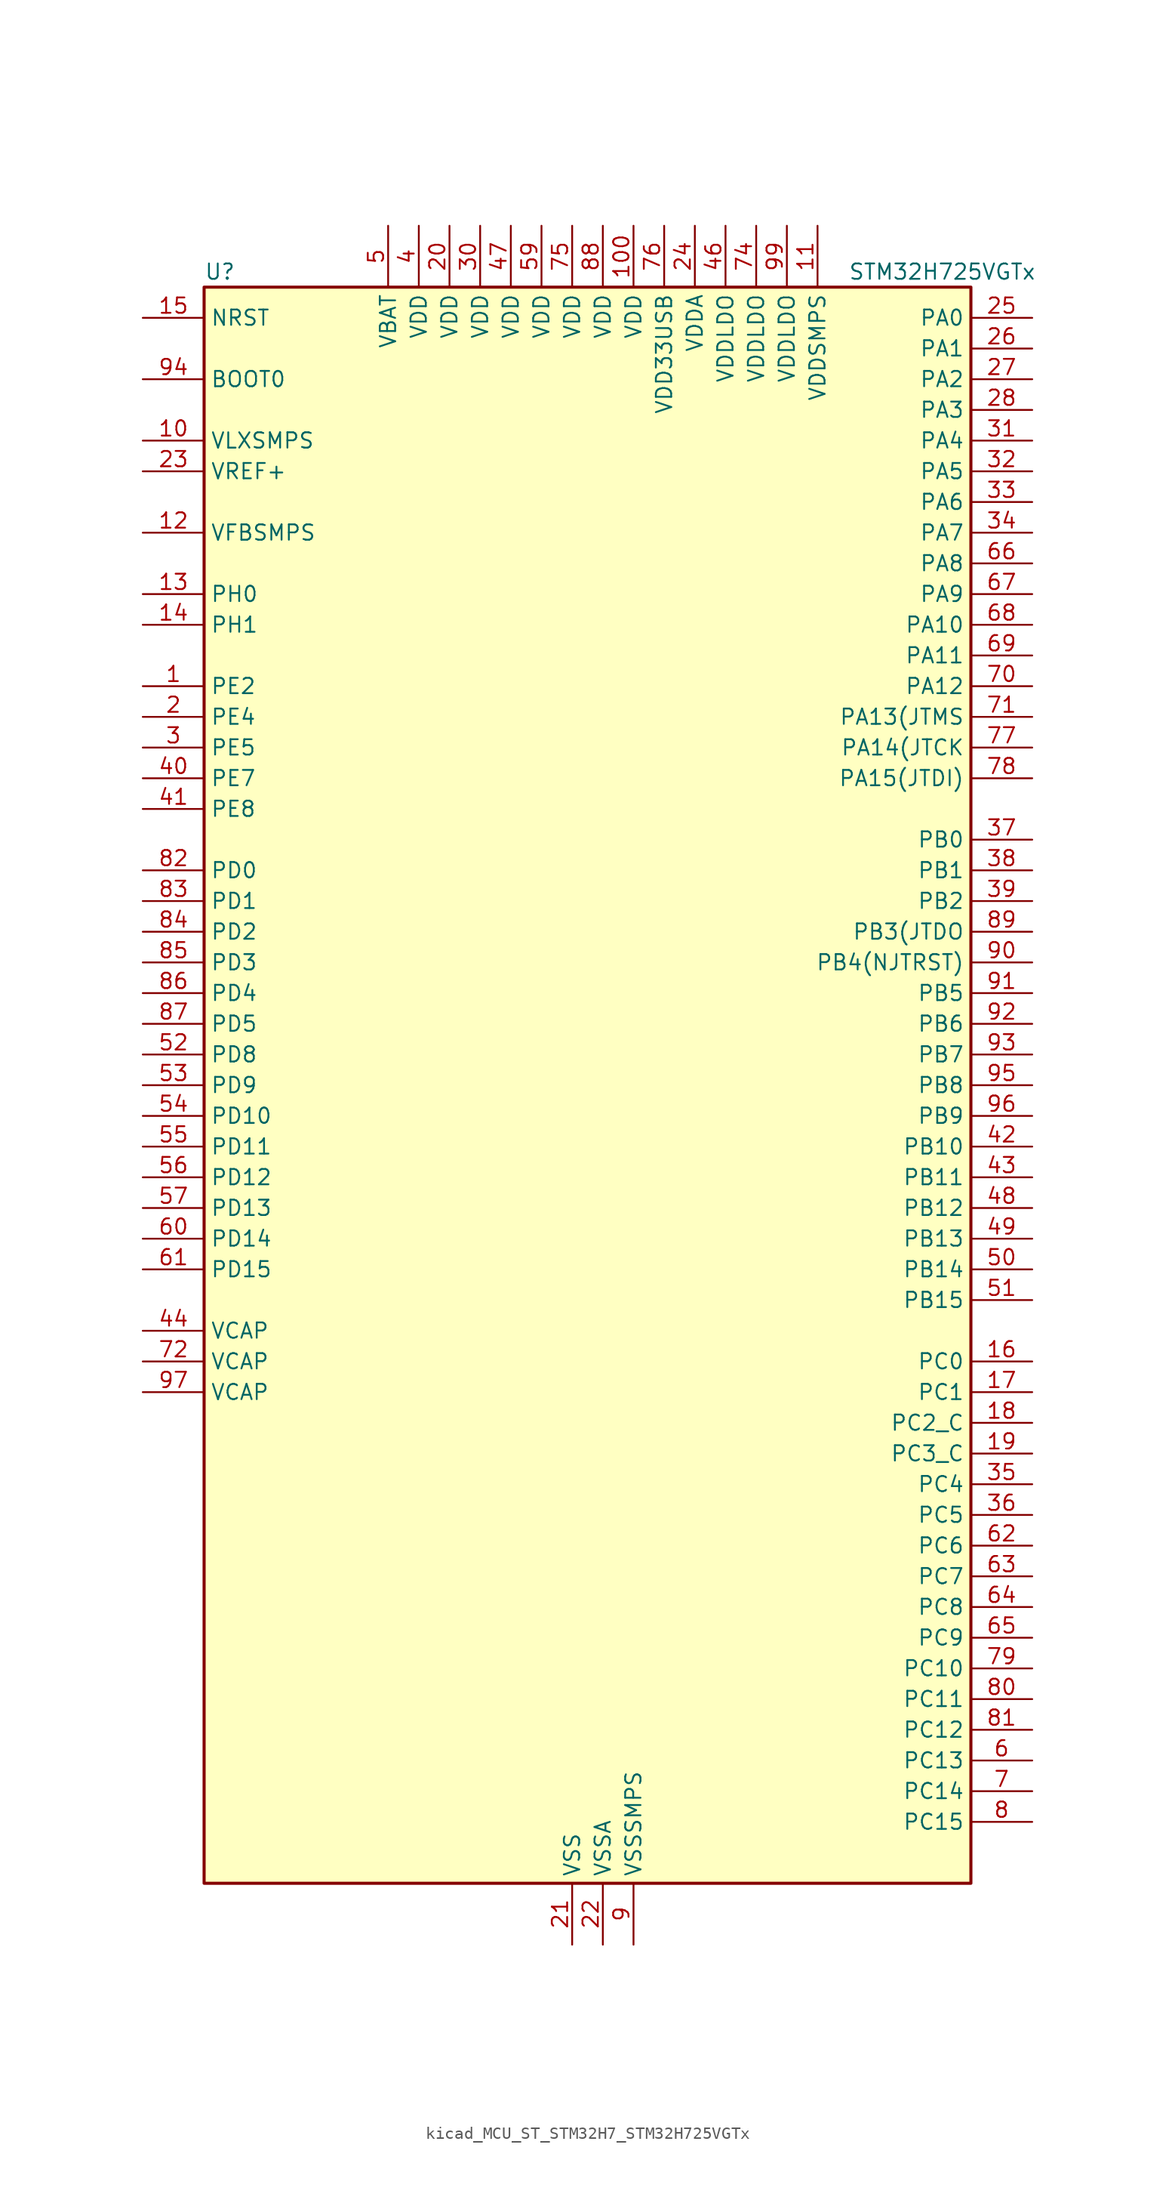
<source format=kicad_sym>
(kicad_symbol_lib
  (version 20220914)
  (generator kicad_symbol_editor)
  (symbol "kicad_MCU_ST_STM32H7_STM32H725VGTx"
    (property "Reference" "U"
      (at -30.48 67.31 0)
      (effects (font (size 1.27 1.27)) (justify left)))
    (property "Value" "STM32H725VGTx"
      (at 22.86 67.31 0)
      (effects (font (size 1.27 1.27)) (justify left)))
    (property "ki_locked" ""
      (at 0 0 0)
      (effects (font (size 1.27 1.27))))
    (symbol "kicad_MCU_ST_STM32H7_STM32H725VGTx_0_1"
      (rectangle (start -30.48 -66.04) (end 33.02 66.04) (stroke (width 0.254) (type default)) (fill (type background))))
    (symbol "kicad_MCU_ST_STM32H7_STM32H725VGTx_1_1"
      (pin bidirectional line (at -35.56 33.02 0) (length 5.08) (name "PE2" (effects (font (size 1.27 1.27)))) (number "1" (effects (font (size 1.27 1.27)))) (alternate "DEBUG_TRACECLK" bidirectional line) (alternate "ETH_TXD3" bidirectional line) (alternate "FMC_A23" bidirectional line) (alternate "OCTOSPIM_P1_IO2" bidirectional line) (alternate "SAI1_CK1" bidirectional line) (alternate "SAI1_MCLK_A" bidirectional line) (alternate "SAI4_CK1" bidirectional line) (alternate "SAI4_MCLK_A" bidirectional line) (alternate "SPI4_SCK" bidirectional line))
      (pin power_in line (at -35.56 53.34 0) (length 5.08) (name "VLXSMPS" (effects (font (size 1.27 1.27)))) (number "10" (effects (font (size 1.27 1.27)))))
      (pin power_in line (at 5.08 71.12 270) (length 5.08) (name "VDD" (effects (font (size 1.27 1.27)))) (number "100" (effects (font (size 1.27 1.27)))))
      (pin power_in line (at 20.32 71.12 270) (length 5.08) (name "VDDSMPS" (effects (font (size 1.27 1.27)))) (number "11" (effects (font (size 1.27 1.27)))))
      (pin input line (at -35.56 45.72 0) (length 5.08) (name "VFBSMPS" (effects (font (size 1.27 1.27)))) (number "12" (effects (font (size 1.27 1.27)))))
      (pin bidirectional line (at -35.56 40.64 0) (length 5.08) (name "PH0" (effects (font (size 1.27 1.27)))) (number "13" (effects (font (size 1.27 1.27)))) (alternate "RCC_OSC_IN" bidirectional line))
      (pin bidirectional line (at -35.56 38.1 0) (length 5.08) (name "PH1" (effects (font (size 1.27 1.27)))) (number "14" (effects (font (size 1.27 1.27)))) (alternate "RCC_OSC_OUT" bidirectional line))
      (pin input line (at -35.56 63.5 0) (length 5.08) (name "NRST" (effects (font (size 1.27 1.27)))) (number "15" (effects (font (size 1.27 1.27)))))
      (pin bidirectional line (at 38.1 -22.86 180) (length 5.08) (name "PC0" (effects (font (size 1.27 1.27)))) (number "16" (effects (font (size 1.27 1.27)))) (alternate "ADC1_INP10" bidirectional line) (alternate "ADC2_INP10" bidirectional line) (alternate "ADC3_INP10" bidirectional line) (alternate "DFSDM1_CKIN0" bidirectional line) (alternate "DFSDM1_DATIN4" bidirectional line) (alternate "FMC_A25" bidirectional line) (alternate "FMC_D12" bidirectional line) (alternate "FMC_DA12" bidirectional line) (alternate "FMC_SDNWE" bidirectional line) (alternate "LTDC_G2" bidirectional line) (alternate "LTDC_R5" bidirectional line) (alternate "SAI4_FS_B" bidirectional line) (alternate "USB_OTG_HS_ULPI_STP" bidirectional line))
      (pin bidirectional line (at 38.1 -25.4 180) (length 5.08) (name "PC1" (effects (font (size 1.27 1.27)))) (number "17" (effects (font (size 1.27 1.27)))) (alternate "ADC1_INN10" bidirectional line) (alternate "ADC1_INP11" bidirectional line) (alternate "ADC2_INN10" bidirectional line) (alternate "ADC2_INP11" bidirectional line) (alternate "ADC3_INN10" bidirectional line) (alternate "ADC3_INP11" bidirectional line) (alternate "DEBUG_TRACED0" bidirectional line) (alternate "DFSDM1_CKIN4" bidirectional line) (alternate "DFSDM1_DATIN0" bidirectional line) (alternate "ETH_MDC" bidirectional line) (alternate "I2S2_SDO" bidirectional line) (alternate "LTDC_G5" bidirectional line) (alternate "MDIOS_MDC" bidirectional line) (alternate "OCTOSPIM_P1_IO4" bidirectional line) (alternate "PWR_WKUP6" bidirectional line) (alternate "RTC_TAMP3" bidirectional line) (alternate "SAI1_D1" bidirectional line) (alternate "SAI1_SD_A" bidirectional line) (alternate "SAI4_D1" bidirectional line) (alternate "SAI4_SD_A" bidirectional line) (alternate "SDMMC2_CK" bidirectional line) (alternate "SPI2_MOSI" bidirectional line))
      (pin bidirectional line (at 38.1 -27.94 180) (length 5.08) (name "PC2_C" (effects (font (size 1.27 1.27)))) (number "18" (effects (font (size 1.27 1.27)))) (alternate "ADC3_INN1" bidirectional line) (alternate "ADC3_INP0" bidirectional line) (alternate "DFSDM1_CKIN1" bidirectional line) (alternate "DFSDM1_CKOUT" bidirectional line) (alternate "ETH_TXD2" bidirectional line) (alternate "FMC_SDNE0" bidirectional line) (alternate "I2S2_SDI" bidirectional line) (alternate "OCTOSPIM_P1_IO2" bidirectional line) (alternate "OCTOSPIM_P1_IO5" bidirectional line) (alternate "PWR_CSTOP" bidirectional line) (alternate "SPI2_MISO" bidirectional line) (alternate "USB_OTG_HS_ULPI_DIR" bidirectional line))
      (pin bidirectional line (at 38.1 -30.48 180) (length 5.08) (name "PC3_C" (effects (font (size 1.27 1.27)))) (number "19" (effects (font (size 1.27 1.27)))) (alternate "ADC3_INP1" bidirectional line) (alternate "DFSDM1_DATIN1" bidirectional line) (alternate "ETH_TX_CLK" bidirectional line) (alternate "FMC_SDCKE0" bidirectional line) (alternate "I2S2_SDO" bidirectional line) (alternate "OCTOSPIM_P1_IO0" bidirectional line) (alternate "OCTOSPIM_P1_IO6" bidirectional line) (alternate "PWR_CSLEEP" bidirectional line) (alternate "SPI2_MOSI" bidirectional line) (alternate "USB_OTG_HS_ULPI_NXT" bidirectional line))
      (pin bidirectional line (at -35.56 30.48 0) (length 5.08) (name "PE4" (effects (font (size 1.27 1.27)))) (number "2" (effects (font (size 1.27 1.27)))) (alternate "DCMI_D4" bidirectional line) (alternate "DEBUG_TRACED1" bidirectional line) (alternate "DFSDM1_DATIN3" bidirectional line) (alternate "FMC_A20" bidirectional line) (alternate "LTDC_B0" bidirectional line) (alternate "PSSI_D4" bidirectional line) (alternate "SAI1_D2" bidirectional line) (alternate "SAI1_FS_A" bidirectional line) (alternate "SAI4_D2" bidirectional line) (alternate "SAI4_FS_A" bidirectional line) (alternate "SPI4_NSS" bidirectional line) (alternate "TIM15_CH1N" bidirectional line))
      (pin power_in line (at -10.16 71.12 270) (length 5.08) (name "VDD" (effects (font (size 1.27 1.27)))) (number "20" (effects (font (size 1.27 1.27)))))
      (pin power_in line (at 0 -71.12 90) (length 5.08) (name "VSS" (effects (font (size 1.27 1.27)))) (number "21" (effects (font (size 1.27 1.27)))))
      (pin power_in line (at 2.54 -71.12 90) (length 5.08) (name "VSSA" (effects (font (size 1.27 1.27)))) (number "22" (effects (font (size 1.27 1.27)))))
      (pin input line (at -35.56 50.8 0) (length 5.08) (name "VREF+" (effects (font (size 1.27 1.27)))) (number "23" (effects (font (size 1.27 1.27)))) (alternate "VREFBUF_OUT" bidirectional line))
      (pin power_in line (at 10.16 71.12 270) (length 5.08) (name "VDDA" (effects (font (size 1.27 1.27)))) (number "24" (effects (font (size 1.27 1.27)))))
      (pin bidirectional line (at 38.1 63.5 180) (length 5.08) (name "PA0" (effects (font (size 1.27 1.27)))) (number "25" (effects (font (size 1.27 1.27)))) (alternate "ADC1_INP16" bidirectional line) (alternate "ETH_CRS" bidirectional line) (alternate "FMC_A19" bidirectional line) (alternate "I2S6_WS" bidirectional line) (alternate "PWR_WKUP1" bidirectional line) (alternate "SAI4_SD_B" bidirectional line) (alternate "SDMMC2_CMD" bidirectional line) (alternate "SPI6_NSS" bidirectional line) (alternate "TIM15_BKIN" bidirectional line) (alternate "TIM2_CH1" bidirectional line) (alternate "TIM2_ETR" bidirectional line) (alternate "TIM5_CH1" bidirectional line) (alternate "TIM8_ETR" bidirectional line) (alternate "UART4_TX" bidirectional line) (alternate "USART2_CTS" bidirectional line) (alternate "USART2_NSS" bidirectional line))
      (pin bidirectional line (at 38.1 60.96 180) (length 5.08) (name "PA1" (effects (font (size 1.27 1.27)))) (number "26" (effects (font (size 1.27 1.27)))) (alternate "ADC1_INN16" bidirectional line) (alternate "ADC1_INP17" bidirectional line) (alternate "ETH_REF_CLK" bidirectional line) (alternate "ETH_RX_CLK" bidirectional line) (alternate "LPTIM3_OUT" bidirectional line) (alternate "LTDC_R2" bidirectional line) (alternate "OCTOSPIM_P1_DQS" bidirectional line) (alternate "OCTOSPIM_P1_IO3" bidirectional line) (alternate "SAI4_MCLK_B" bidirectional line) (alternate "TIM15_CH1N" bidirectional line) (alternate "TIM2_CH2" bidirectional line) (alternate "TIM5_CH2" bidirectional line) (alternate "UART4_RX" bidirectional line) (alternate "USART2_DE" bidirectional line) (alternate "USART2_RTS" bidirectional line))
      (pin bidirectional line (at 38.1 58.42 180) (length 5.08) (name "PA2" (effects (font (size 1.27 1.27)))) (number "27" (effects (font (size 1.27 1.27)))) (alternate "ADC1_INP14" bidirectional line) (alternate "ADC2_INP14" bidirectional line) (alternate "ETH_MDIO" bidirectional line) (alternate "LPTIM4_OUT" bidirectional line) (alternate "LTDC_R1" bidirectional line) (alternate "MDIOS_MDIO" bidirectional line) (alternate "OCTOSPIM_P1_IO0" bidirectional line) (alternate "PWR_WKUP2" bidirectional line) (alternate "SAI4_SCK_B" bidirectional line) (alternate "TIM15_CH1" bidirectional line) (alternate "TIM2_CH3" bidirectional line) (alternate "TIM5_CH3" bidirectional line) (alternate "USART2_TX" bidirectional line))
      (pin bidirectional line (at 38.1 55.88 180) (length 5.08) (name "PA3" (effects (font (size 1.27 1.27)))) (number "28" (effects (font (size 1.27 1.27)))) (alternate "ADC1_INP15" bidirectional line) (alternate "ADC2_INP15" bidirectional line) (alternate "ETH_COL" bidirectional line) (alternate "I2S6_MCK" bidirectional line) (alternate "LPTIM5_OUT" bidirectional line) (alternate "LTDC_B2" bidirectional line) (alternate "LTDC_B5" bidirectional line) (alternate "OCTOSPIM_P1_CLK" bidirectional line) (alternate "OCTOSPIM_P1_IO2" bidirectional line) (alternate "TIM15_CH2" bidirectional line) (alternate "TIM2_CH4" bidirectional line) (alternate "TIM5_CH4" bidirectional line) (alternate "USART2_RX" bidirectional line) (alternate "USB_OTG_HS_ULPI_D0" bidirectional line))
      (pin passive line (at 0 -71.12 90) (length 5.08) hide (name "VSS" (effects (font (size 1.27 1.27)))) (number "29" (effects (font (size 1.27 1.27)))))
      (pin bidirectional line (at -35.56 27.94 0) (length 5.08) (name "PE5" (effects (font (size 1.27 1.27)))) (number "3" (effects (font (size 1.27 1.27)))) (alternate "DCMI_D6" bidirectional line) (alternate "DEBUG_TRACED2" bidirectional line) (alternate "DFSDM1_CKIN3" bidirectional line) (alternate "FMC_A21" bidirectional line) (alternate "LTDC_G0" bidirectional line) (alternate "PSSI_D6" bidirectional line) (alternate "SAI1_CK2" bidirectional line) (alternate "SAI1_SCK_A" bidirectional line) (alternate "SAI4_CK2" bidirectional line) (alternate "SAI4_SCK_A" bidirectional line) (alternate "SPI4_MISO" bidirectional line) (alternate "TIM15_CH1" bidirectional line))
      (pin power_in line (at -7.62 71.12 270) (length 5.08) (name "VDD" (effects (font (size 1.27 1.27)))) (number "30" (effects (font (size 1.27 1.27)))))
      (pin bidirectional line (at 38.1 53.34 180) (length 5.08) (name "PA4" (effects (font (size 1.27 1.27)))) (number "31" (effects (font (size 1.27 1.27)))) (alternate "ADC1_INP18" bidirectional line) (alternate "ADC2_INP18" bidirectional line) (alternate "DAC1_OUT1" bidirectional line) (alternate "DCMI_HSYNC" bidirectional line) (alternate "FMC_D8" bidirectional line) (alternate "FMC_DA8" bidirectional line) (alternate "I2S1_WS" bidirectional line) (alternate "I2S3_WS" bidirectional line) (alternate "I2S6_WS" bidirectional line) (alternate "LTDC_VSYNC" bidirectional line) (alternate "PSSI_DE" bidirectional line) (alternate "SPI1_NSS" bidirectional line) (alternate "SPI3_NSS" bidirectional line) (alternate "SPI6_NSS" bidirectional line) (alternate "TIM5_ETR" bidirectional line) (alternate "USART2_CK" bidirectional line))
      (pin bidirectional line (at 38.1 50.8 180) (length 5.08) (name "PA5" (effects (font (size 1.27 1.27)))) (number "32" (effects (font (size 1.27 1.27)))) (alternate "ADC1_INN18" bidirectional line) (alternate "ADC1_INP19" bidirectional line) (alternate "ADC2_INN18" bidirectional line) (alternate "ADC2_INP19" bidirectional line) (alternate "DAC1_OUT2" bidirectional line) (alternate "FMC_D9" bidirectional line) (alternate "FMC_DA9" bidirectional line) (alternate "I2S1_CK" bidirectional line) (alternate "I2S6_CK" bidirectional line) (alternate "LTDC_R4" bidirectional line) (alternate "PSSI_D14" bidirectional line) (alternate "PWR_NDSTOP2" bidirectional line) (alternate "SPI1_SCK" bidirectional line) (alternate "SPI6_SCK" bidirectional line) (alternate "TIM2_CH1" bidirectional line) (alternate "TIM2_ETR" bidirectional line) (alternate "TIM8_CH1N" bidirectional line) (alternate "USB_OTG_HS_ULPI_CK" bidirectional line))
      (pin bidirectional line (at 38.1 48.26 180) (length 5.08) (name "PA6" (effects (font (size 1.27 1.27)))) (number "33" (effects (font (size 1.27 1.27)))) (alternate "ADC1_INP3" bidirectional line) (alternate "ADC2_INP3" bidirectional line) (alternate "DCMI_PIXCLK" bidirectional line) (alternate "I2S1_SDI" bidirectional line) (alternate "I2S6_SDI" bidirectional line) (alternate "LTDC_G2" bidirectional line) (alternate "MDIOS_MDC" bidirectional line) (alternate "OCTOSPIM_P1_IO3" bidirectional line) (alternate "PSSI_PDCK" bidirectional line) (alternate "SPI1_MISO" bidirectional line) (alternate "SPI6_MISO" bidirectional line) (alternate "TIM13_CH1" bidirectional line) (alternate "TIM1_BKIN" bidirectional line) (alternate "TIM1_BKIN_COMP1" bidirectional line) (alternate "TIM1_BKIN_COMP2" bidirectional line) (alternate "TIM3_CH1" bidirectional line) (alternate "TIM8_BKIN" bidirectional line) (alternate "TIM8_BKIN_COMP1" bidirectional line) (alternate "TIM8_BKIN_COMP2" bidirectional line))
      (pin bidirectional line (at 38.1 45.72 180) (length 5.08) (name "PA7" (effects (font (size 1.27 1.27)))) (number "34" (effects (font (size 1.27 1.27)))) (alternate "ADC1_INN3" bidirectional line) (alternate "ADC1_INP7" bidirectional line) (alternate "ADC2_INN3" bidirectional line) (alternate "ADC2_INP7" bidirectional line) (alternate "ETH_CRS_DV" bidirectional line) (alternate "ETH_RX_DV" bidirectional line) (alternate "FMC_SDNWE" bidirectional line) (alternate "I2S1_SDO" bidirectional line) (alternate "I2S6_SDO" bidirectional line) (alternate "LTDC_VSYNC" bidirectional line) (alternate "OCTOSPIM_P1_IO2" bidirectional line) (alternate "OPAMP1_VINM" bidirectional line) (alternate "SPI1_MOSI" bidirectional line) (alternate "SPI6_MOSI" bidirectional line) (alternate "TIM14_CH1" bidirectional line) (alternate "TIM1_CH1N" bidirectional line) (alternate "TIM3_CH2" bidirectional line) (alternate "TIM8_CH1N" bidirectional line))
      (pin bidirectional line (at 38.1 -33.02 180) (length 5.08) (name "PC4" (effects (font (size 1.27 1.27)))) (number "35" (effects (font (size 1.27 1.27)))) (alternate "ADC1_INP4" bidirectional line) (alternate "ADC2_INP4" bidirectional line) (alternate "COMP1_INM" bidirectional line) (alternate "DFSDM1_CKIN2" bidirectional line) (alternate "ETH_RXD0" bidirectional line) (alternate "FMC_A22" bidirectional line) (alternate "FMC_SDNE0" bidirectional line) (alternate "I2S1_MCK" bidirectional line) (alternate "LTDC_R7" bidirectional line) (alternate "OPAMP1_VOUT" bidirectional line) (alternate "SDMMC2_CKIN" bidirectional line) (alternate "SPDIFRX1_IN2" bidirectional line))
      (pin bidirectional line (at 38.1 -35.56 180) (length 5.08) (name "PC5" (effects (font (size 1.27 1.27)))) (number "36" (effects (font (size 1.27 1.27)))) (alternate "ADC1_INN4" bidirectional line) (alternate "ADC1_INP8" bidirectional line) (alternate "ADC2_INN4" bidirectional line) (alternate "ADC2_INP8" bidirectional line) (alternate "COMP1_OUT" bidirectional line) (alternate "DFSDM1_DATIN2" bidirectional line) (alternate "ETH_RXD1" bidirectional line) (alternate "FMC_SDCKE0" bidirectional line) (alternate "LTDC_DE" bidirectional line) (alternate "OCTOSPIM_P1_DQS" bidirectional line) (alternate "OPAMP1_VINM" bidirectional line) (alternate "PSSI_D15" bidirectional line) (alternate "SAI1_D3" bidirectional line) (alternate "SAI4_D3" bidirectional line) (alternate "SPDIFRX1_IN3" bidirectional line))
      (pin bidirectional line (at 38.1 20.32 180) (length 5.08) (name "PB0" (effects (font (size 1.27 1.27)))) (number "37" (effects (font (size 1.27 1.27)))) (alternate "ADC1_INN5" bidirectional line) (alternate "ADC1_INP9" bidirectional line) (alternate "ADC2_INN5" bidirectional line) (alternate "ADC2_INP9" bidirectional line) (alternate "COMP1_INP" bidirectional line) (alternate "DFSDM1_CKOUT" bidirectional line) (alternate "ETH_RXD2" bidirectional line) (alternate "LTDC_G1" bidirectional line) (alternate "LTDC_R3" bidirectional line) (alternate "OCTOSPIM_P1_IO1" bidirectional line) (alternate "OPAMP1_VINP" bidirectional line) (alternate "TIM1_CH2N" bidirectional line) (alternate "TIM3_CH3" bidirectional line) (alternate "TIM8_CH2N" bidirectional line) (alternate "UART4_CTS" bidirectional line) (alternate "USB_OTG_HS_ULPI_D1" bidirectional line))
      (pin bidirectional line (at 38.1 17.78 180) (length 5.08) (name "PB1" (effects (font (size 1.27 1.27)))) (number "38" (effects (font (size 1.27 1.27)))) (alternate "ADC1_INP5" bidirectional line) (alternate "ADC2_INP5" bidirectional line) (alternate "COMP1_INM" bidirectional line) (alternate "DFSDM1_DATIN1" bidirectional line) (alternate "ETH_RXD3" bidirectional line) (alternate "LTDC_G0" bidirectional line) (alternate "LTDC_R6" bidirectional line) (alternate "OCTOSPIM_P1_IO0" bidirectional line) (alternate "TIM1_CH3N" bidirectional line) (alternate "TIM3_CH4" bidirectional line) (alternate "TIM8_CH3N" bidirectional line) (alternate "USB_OTG_HS_ULPI_D2" bidirectional line))
      (pin bidirectional line (at 38.1 15.24 180) (length 5.08) (name "PB2" (effects (font (size 1.27 1.27)))) (number "39" (effects (font (size 1.27 1.27)))) (alternate "COMP1_INP" bidirectional line) (alternate "DFSDM1_CKIN1" bidirectional line) (alternate "ETH_TX_ER" bidirectional line) (alternate "I2S3_SDO" bidirectional line) (alternate "OCTOSPIM_P1_CLK" bidirectional line) (alternate "OCTOSPIM_P1_DQS" bidirectional line) (alternate "RTC_OUT_ALARM" bidirectional line) (alternate "RTC_OUT_CALIB" bidirectional line) (alternate "SAI1_D1" bidirectional line) (alternate "SAI1_SD_A" bidirectional line) (alternate "SAI4_D1" bidirectional line) (alternate "SAI4_SD_A" bidirectional line) (alternate "SPI3_MOSI" bidirectional line) (alternate "TIM23_ETR" bidirectional line))
      (pin power_in line (at -12.7 71.12 270) (length 5.08) (name "VDD" (effects (font (size 1.27 1.27)))) (number "4" (effects (font (size 1.27 1.27)))))
      (pin bidirectional line (at -35.56 25.4 0) (length 5.08) (name "PE7" (effects (font (size 1.27 1.27)))) (number "40" (effects (font (size 1.27 1.27)))) (alternate "COMP2_INM" bidirectional line) (alternate "DFSDM1_DATIN2" bidirectional line) (alternate "FMC_D4" bidirectional line) (alternate "FMC_DA4" bidirectional line) (alternate "OCTOSPIM_P1_IO4" bidirectional line) (alternate "OPAMP2_VOUT" bidirectional line) (alternate "TIM1_ETR" bidirectional line) (alternate "UART7_RX" bidirectional line))
      (pin bidirectional line (at -35.56 22.86 0) (length 5.08) (name "PE8" (effects (font (size 1.27 1.27)))) (number "41" (effects (font (size 1.27 1.27)))) (alternate "COMP2_OUT" bidirectional line) (alternate "DFSDM1_CKIN2" bidirectional line) (alternate "FMC_D5" bidirectional line) (alternate "FMC_DA5" bidirectional line) (alternate "OCTOSPIM_P1_IO5" bidirectional line) (alternate "OPAMP2_VINM" bidirectional line) (alternate "TIM1_CH1N" bidirectional line) (alternate "UART7_TX" bidirectional line))
      (pin bidirectional line (at 38.1 -5.08 180) (length 5.08) (name "PB10" (effects (font (size 1.27 1.27)))) (number "42" (effects (font (size 1.27 1.27)))) (alternate "DFSDM1_DATIN7" bidirectional line) (alternate "ETH_RX_ER" bidirectional line) (alternate "I2C2_SCL" bidirectional line) (alternate "I2S2_CK" bidirectional line) (alternate "LPTIM2_IN1" bidirectional line) (alternate "LTDC_G4" bidirectional line) (alternate "OCTOSPIM_P1_NCS" bidirectional line) (alternate "SPI2_SCK" bidirectional line) (alternate "TIM2_CH3" bidirectional line) (alternate "USART3_TX" bidirectional line) (alternate "USB_OTG_HS_ULPI_D3" bidirectional line))
      (pin bidirectional line (at 38.1 -7.62 180) (length 5.08) (name "PB11" (effects (font (size 1.27 1.27)))) (number "43" (effects (font (size 1.27 1.27)))) (alternate "ADC1_EXTI11" bidirectional line) (alternate "ADC2_EXTI11" bidirectional line) (alternate "ADC3_EXTI11" bidirectional line) (alternate "DFSDM1_CKIN7" bidirectional line) (alternate "ETH_TX_EN" bidirectional line) (alternate "I2C2_SDA" bidirectional line) (alternate "LPTIM2_ETR" bidirectional line) (alternate "LTDC_G5" bidirectional line) (alternate "TIM2_CH4" bidirectional line) (alternate "USART3_RX" bidirectional line) (alternate "USB_OTG_HS_ULPI_D4" bidirectional line))
      (pin power_out line (at -35.56 -20.32 0) (length 5.08) (name "VCAP" (effects (font (size 1.27 1.27)))) (number "44" (effects (font (size 1.27 1.27)))))
      (pin passive line (at 0 -71.12 90) (length 5.08) hide (name "VSS" (effects (font (size 1.27 1.27)))) (number "45" (effects (font (size 1.27 1.27)))))
      (pin power_in line (at 12.7 71.12 270) (length 5.08) (name "VDDLDO" (effects (font (size 1.27 1.27)))) (number "46" (effects (font (size 1.27 1.27)))))
      (pin power_in line (at -5.08 71.12 270) (length 5.08) (name "VDD" (effects (font (size 1.27 1.27)))) (number "47" (effects (font (size 1.27 1.27)))))
      (pin bidirectional line (at 38.1 -10.16 180) (length 5.08) (name "PB12" (effects (font (size 1.27 1.27)))) (number "48" (effects (font (size 1.27 1.27)))) (alternate "DFSDM1_DATIN1" bidirectional line) (alternate "ETH_TXD0" bidirectional line) (alternate "FDCAN2_RX" bidirectional line) (alternate "I2C2_SMBA" bidirectional line) (alternate "I2S2_WS" bidirectional line) (alternate "OCTOSPIM_P1_IO0" bidirectional line) (alternate "OCTOSPIM_P1_NCLK" bidirectional line) (alternate "SPI2_NSS" bidirectional line) (alternate "TIM1_BKIN" bidirectional line) (alternate "TIM1_BKIN_COMP1" bidirectional line) (alternate "TIM1_BKIN_COMP2" bidirectional line) (alternate "UART5_RX" bidirectional line) (alternate "USART3_CK" bidirectional line) (alternate "USB_OTG_HS_ULPI_D5" bidirectional line))
      (pin bidirectional line (at 38.1 -12.7 180) (length 5.08) (name "PB13" (effects (font (size 1.27 1.27)))) (number "49" (effects (font (size 1.27 1.27)))) (alternate "DCMI_D2" bidirectional line) (alternate "DFSDM1_CKIN1" bidirectional line) (alternate "ETH_TXD1" bidirectional line) (alternate "FDCAN2_TX" bidirectional line) (alternate "I2S2_CK" bidirectional line) (alternate "LPTIM2_OUT" bidirectional line) (alternate "OCTOSPIM_P1_IO2" bidirectional line) (alternate "PSSI_D2" bidirectional line) (alternate "SDMMC1_D0" bidirectional line) (alternate "SPI2_SCK" bidirectional line) (alternate "TIM1_CH1N" bidirectional line) (alternate "UART5_TX" bidirectional line) (alternate "USART3_CTS" bidirectional line) (alternate "USART3_NSS" bidirectional line) (alternate "USB_OTG_HS_ULPI_D6" bidirectional line))
      (pin power_in line (at -15.24 71.12 270) (length 5.08) (name "VBAT" (effects (font (size 1.27 1.27)))) (number "5" (effects (font (size 1.27 1.27)))))
      (pin bidirectional line (at 38.1 -15.24 180) (length 5.08) (name "PB14" (effects (font (size 1.27 1.27)))) (number "50" (effects (font (size 1.27 1.27)))) (alternate "DFSDM1_DATIN2" bidirectional line) (alternate "FMC_D10" bidirectional line) (alternate "FMC_DA10" bidirectional line) (alternate "I2S2_SDI" bidirectional line) (alternate "LTDC_CLK" bidirectional line) (alternate "SDMMC2_D0" bidirectional line) (alternate "SPI2_MISO" bidirectional line) (alternate "TIM12_CH1" bidirectional line) (alternate "TIM1_CH2N" bidirectional line) (alternate "TIM8_CH2N" bidirectional line) (alternate "UART4_DE" bidirectional line) (alternate "UART4_RTS" bidirectional line) (alternate "USART1_TX" bidirectional line) (alternate "USART3_DE" bidirectional line) (alternate "USART3_RTS" bidirectional line))
      (pin bidirectional line (at 38.1 -17.78 180) (length 5.08) (name "PB15" (effects (font (size 1.27 1.27)))) (number "51" (effects (font (size 1.27 1.27)))) (alternate "ADC1_EXTI15" bidirectional line) (alternate "ADC2_EXTI15" bidirectional line) (alternate "ADC3_EXTI15" bidirectional line) (alternate "DFSDM1_CKIN2" bidirectional line) (alternate "FMC_D11" bidirectional line) (alternate "FMC_DA11" bidirectional line) (alternate "I2S2_SDO" bidirectional line) (alternate "LTDC_G7" bidirectional line) (alternate "RTC_REFIN" bidirectional line) (alternate "SDMMC2_D1" bidirectional line) (alternate "SPI2_MOSI" bidirectional line) (alternate "TIM12_CH2" bidirectional line) (alternate "TIM1_CH3N" bidirectional line) (alternate "TIM8_CH3N" bidirectional line) (alternate "UART4_CTS" bidirectional line) (alternate "USART1_RX" bidirectional line))
      (pin bidirectional line (at -35.56 2.54 0) (length 5.08) (name "PD8" (effects (font (size 1.27 1.27)))) (number "52" (effects (font (size 1.27 1.27)))) (alternate "DFSDM1_CKIN3" bidirectional line) (alternate "FMC_D13" bidirectional line) (alternate "FMC_DA13" bidirectional line) (alternate "SPDIFRX1_IN1" bidirectional line) (alternate "USART3_TX" bidirectional line))
      (pin bidirectional line (at -35.56 0 0) (length 5.08) (name "PD9" (effects (font (size 1.27 1.27)))) (number "53" (effects (font (size 1.27 1.27)))) (alternate "DAC1_EXTI9" bidirectional line) (alternate "DFSDM1_DATIN3" bidirectional line) (alternate "FMC_D14" bidirectional line) (alternate "FMC_DA14" bidirectional line) (alternate "USART3_RX" bidirectional line))
      (pin bidirectional line (at -35.56 -2.54 0) (length 5.08) (name "PD10" (effects (font (size 1.27 1.27)))) (number "54" (effects (font (size 1.27 1.27)))) (alternate "DFSDM1_CKOUT" bidirectional line) (alternate "FMC_D15" bidirectional line) (alternate "FMC_DA15" bidirectional line) (alternate "LTDC_B3" bidirectional line) (alternate "USART3_CK" bidirectional line))
      (pin bidirectional line (at -35.56 -5.08 0) (length 5.08) (name "PD11" (effects (font (size 1.27 1.27)))) (number "55" (effects (font (size 1.27 1.27)))) (alternate "ADC1_EXTI11" bidirectional line) (alternate "ADC2_EXTI11" bidirectional line) (alternate "ADC3_EXTI11" bidirectional line) (alternate "FMC_A16" bidirectional line) (alternate "FMC_CLE" bidirectional line) (alternate "I2C4_SMBA" bidirectional line) (alternate "LPTIM2_IN2" bidirectional line) (alternate "OCTOSPIM_P1_IO0" bidirectional line) (alternate "SAI4_SD_A" bidirectional line) (alternate "USART3_CTS" bidirectional line) (alternate "USART3_NSS" bidirectional line))
      (pin bidirectional line (at -35.56 -7.62 0) (length 5.08) (name "PD12" (effects (font (size 1.27 1.27)))) (number "56" (effects (font (size 1.27 1.27)))) (alternate "DCMI_D12" bidirectional line) (alternate "FDCAN3_RX" bidirectional line) (alternate "FMC_A17" bidirectional line) (alternate "FMC_ALE" bidirectional line) (alternate "I2C4_SCL" bidirectional line) (alternate "LPTIM1_IN1" bidirectional line) (alternate "LPTIM2_IN1" bidirectional line) (alternate "OCTOSPIM_P1_IO1" bidirectional line) (alternate "PSSI_D12" bidirectional line) (alternate "SAI4_FS_A" bidirectional line) (alternate "TIM4_CH1" bidirectional line) (alternate "USART3_DE" bidirectional line) (alternate "USART3_RTS" bidirectional line))
      (pin bidirectional line (at -35.56 -10.16 0) (length 5.08) (name "PD13" (effects (font (size 1.27 1.27)))) (number "57" (effects (font (size 1.27 1.27)))) (alternate "DCMI_D13" bidirectional line) (alternate "FDCAN3_TX" bidirectional line) (alternate "FMC_A18" bidirectional line) (alternate "I2C4_SDA" bidirectional line) (alternate "LPTIM1_OUT" bidirectional line) (alternate "OCTOSPIM_P1_IO3" bidirectional line) (alternate "PSSI_D13" bidirectional line) (alternate "SAI4_SCK_A" bidirectional line) (alternate "TIM4_CH2" bidirectional line) (alternate "UART9_DE" bidirectional line) (alternate "UART9_RTS" bidirectional line))
      (pin passive line (at 0 -71.12 90) (length 5.08) hide (name "VSS" (effects (font (size 1.27 1.27)))) (number "58" (effects (font (size 1.27 1.27)))))
      (pin power_in line (at -2.54 71.12 270) (length 5.08) (name "VDD" (effects (font (size 1.27 1.27)))) (number "59" (effects (font (size 1.27 1.27)))))
      (pin bidirectional line (at 38.1 -55.88 180) (length 5.08) (name "PC13" (effects (font (size 1.27 1.27)))) (number "6" (effects (font (size 1.27 1.27)))) (alternate "PWR_WKUP4" bidirectional line) (alternate "RTC_OUT_ALARM" bidirectional line) (alternate "RTC_OUT_CALIB" bidirectional line) (alternate "RTC_TAMP1" bidirectional line) (alternate "RTC_TS" bidirectional line))
      (pin bidirectional line (at -35.56 -12.7 0) (length 5.08) (name "PD14" (effects (font (size 1.27 1.27)))) (number "60" (effects (font (size 1.27 1.27)))) (alternate "FMC_D0" bidirectional line) (alternate "FMC_DA0" bidirectional line) (alternate "TIM4_CH3" bidirectional line) (alternate "UART9_RX" bidirectional line))
      (pin bidirectional line (at -35.56 -15.24 0) (length 5.08) (name "PD15" (effects (font (size 1.27 1.27)))) (number "61" (effects (font (size 1.27 1.27)))) (alternate "ADC1_EXTI15" bidirectional line) (alternate "ADC2_EXTI15" bidirectional line) (alternate "ADC3_EXTI15" bidirectional line) (alternate "FMC_D1" bidirectional line) (alternate "FMC_DA1" bidirectional line) (alternate "TIM4_CH4" bidirectional line) (alternate "UART9_TX" bidirectional line))
      (pin bidirectional line (at 38.1 -38.1 180) (length 5.08) (name "PC6" (effects (font (size 1.27 1.27)))) (number "62" (effects (font (size 1.27 1.27)))) (alternate "DCMI_D0" bidirectional line) (alternate "DFSDM1_CKIN3" bidirectional line) (alternate "FMC_NWAIT" bidirectional line) (alternate "I2S2_MCK" bidirectional line) (alternate "LTDC_HSYNC" bidirectional line) (alternate "PSSI_D0" bidirectional line) (alternate "SDMMC1_D0DIR" bidirectional line) (alternate "SDMMC1_D6" bidirectional line) (alternate "SDMMC2_D6" bidirectional line) (alternate "SWPMI1_IO" bidirectional line) (alternate "TIM3_CH1" bidirectional line) (alternate "TIM8_CH1" bidirectional line) (alternate "USART6_TX" bidirectional line))
      (pin bidirectional line (at 38.1 -40.64 180) (length 5.08) (name "PC7" (effects (font (size 1.27 1.27)))) (number "63" (effects (font (size 1.27 1.27)))) (alternate "DCMI_D1" bidirectional line) (alternate "DEBUG_TRGIO" bidirectional line) (alternate "DFSDM1_DATIN3" bidirectional line) (alternate "FMC_NE1" bidirectional line) (alternate "I2S3_MCK" bidirectional line) (alternate "LTDC_G6" bidirectional line) (alternate "PSSI_D1" bidirectional line) (alternate "SDMMC1_D123DIR" bidirectional line) (alternate "SDMMC1_D7" bidirectional line) (alternate "SDMMC2_D7" bidirectional line) (alternate "SWPMI1_TX" bidirectional line) (alternate "TIM3_CH2" bidirectional line) (alternate "TIM8_CH2" bidirectional line) (alternate "USART6_RX" bidirectional line))
      (pin bidirectional line (at 38.1 -43.18 180) (length 5.08) (name "PC8" (effects (font (size 1.27 1.27)))) (number "64" (effects (font (size 1.27 1.27)))) (alternate "DCMI_D2" bidirectional line) (alternate "DEBUG_TRACED1" bidirectional line) (alternate "FMC_INT" bidirectional line) (alternate "FMC_NCE" bidirectional line) (alternate "FMC_NE2" bidirectional line) (alternate "PSSI_D2" bidirectional line) (alternate "SDMMC1_D0" bidirectional line) (alternate "SWPMI1_RX" bidirectional line) (alternate "TIM3_CH3" bidirectional line) (alternate "TIM8_CH3" bidirectional line) (alternate "UART5_DE" bidirectional line) (alternate "UART5_RTS" bidirectional line) (alternate "USART6_CK" bidirectional line))
      (pin bidirectional line (at 38.1 -45.72 180) (length 5.08) (name "PC9" (effects (font (size 1.27 1.27)))) (number "65" (effects (font (size 1.27 1.27)))) (alternate "DAC1_EXTI9" bidirectional line) (alternate "DCMI_D3" bidirectional line) (alternate "I2C3_SDA" bidirectional line) (alternate "I2C5_SDA" bidirectional line) (alternate "I2S_CKIN" bidirectional line) (alternate "LTDC_B2" bidirectional line) (alternate "LTDC_G3" bidirectional line) (alternate "OCTOSPIM_P1_IO0" bidirectional line) (alternate "PSSI_D3" bidirectional line) (alternate "RCC_MCO_2" bidirectional line) (alternate "SDMMC1_D1" bidirectional line) (alternate "SWPMI1_SUSPEND" bidirectional line) (alternate "TIM3_CH4" bidirectional line) (alternate "TIM8_CH4" bidirectional line) (alternate "UART5_CTS" bidirectional line))
      (pin bidirectional line (at 38.1 43.18 180) (length 5.08) (name "PA8" (effects (font (size 1.27 1.27)))) (number "66" (effects (font (size 1.27 1.27)))) (alternate "I2C3_SCL" bidirectional line) (alternate "I2C5_SCL" bidirectional line) (alternate "LTDC_B3" bidirectional line) (alternate "LTDC_R6" bidirectional line) (alternate "RCC_MCO_1" bidirectional line) (alternate "TIM1_CH1" bidirectional line) (alternate "TIM8_BKIN2" bidirectional line) (alternate "TIM8_BKIN2_COMP1" bidirectional line) (alternate "TIM8_BKIN2_COMP2" bidirectional line) (alternate "UART7_RX" bidirectional line) (alternate "USART1_CK" bidirectional line) (alternate "USB_OTG_HS_SOF" bidirectional line))
      (pin bidirectional line (at 38.1 40.64 180) (length 5.08) (name "PA9" (effects (font (size 1.27 1.27)))) (number "67" (effects (font (size 1.27 1.27)))) (alternate "DAC1_EXTI9" bidirectional line) (alternate "DCMI_D0" bidirectional line) (alternate "ETH_TX_ER" bidirectional line) (alternate "I2C3_SMBA" bidirectional line) (alternate "I2C5_SMBA" bidirectional line) (alternate "I2S2_CK" bidirectional line) (alternate "LPUART1_TX" bidirectional line) (alternate "LTDC_R5" bidirectional line) (alternate "PSSI_D0" bidirectional line) (alternate "SPI2_SCK" bidirectional line) (alternate "TIM1_CH2" bidirectional line) (alternate "USART1_TX" bidirectional line) (alternate "USB_OTG_HS_VBUS" bidirectional line))
      (pin bidirectional line (at 38.1 38.1 180) (length 5.08) (name "PA10" (effects (font (size 1.27 1.27)))) (number "68" (effects (font (size 1.27 1.27)))) (alternate "DCMI_D1" bidirectional line) (alternate "LPUART1_RX" bidirectional line) (alternate "LTDC_B1" bidirectional line) (alternate "LTDC_B4" bidirectional line) (alternate "MDIOS_MDIO" bidirectional line) (alternate "PSSI_D1" bidirectional line) (alternate "TIM1_CH3" bidirectional line) (alternate "USART1_RX" bidirectional line) (alternate "USB_OTG_HS_ID" bidirectional line))
      (pin bidirectional line (at 38.1 35.56 180) (length 5.08) (name "PA11" (effects (font (size 1.27 1.27)))) (number "69" (effects (font (size 1.27 1.27)))) (alternate "ADC1_EXTI11" bidirectional line) (alternate "ADC2_EXTI11" bidirectional line) (alternate "ADC3_EXTI11" bidirectional line) (alternate "FDCAN1_RX" bidirectional line) (alternate "I2S2_WS" bidirectional line) (alternate "LPUART1_CTS" bidirectional line) (alternate "LTDC_R4" bidirectional line) (alternate "SPI2_NSS" bidirectional line) (alternate "TIM1_CH4" bidirectional line) (alternate "UART4_RX" bidirectional line) (alternate "USART1_CTS" bidirectional line) (alternate "USART1_NSS" bidirectional line) (alternate "USB_OTG_HS_DM" bidirectional line))
      (pin bidirectional line (at 38.1 -58.42 180) (length 5.08) (name "PC14" (effects (font (size 1.27 1.27)))) (number "7" (effects (font (size 1.27 1.27)))) (alternate "RCC_OSC32_IN" bidirectional line))
      (pin bidirectional line (at 38.1 33.02 180) (length 5.08) (name "PA12" (effects (font (size 1.27 1.27)))) (number "70" (effects (font (size 1.27 1.27)))) (alternate "FDCAN1_TX" bidirectional line) (alternate "I2S2_CK" bidirectional line) (alternate "LPUART1_DE" bidirectional line) (alternate "LPUART1_RTS" bidirectional line) (alternate "LTDC_R5" bidirectional line) (alternate "SAI4_FS_B" bidirectional line) (alternate "SPI2_SCK" bidirectional line) (alternate "TIM1_BKIN2" bidirectional line) (alternate "TIM1_ETR" bidirectional line) (alternate "UART4_TX" bidirectional line) (alternate "USART1_DE" bidirectional line) (alternate "USART1_RTS" bidirectional line) (alternate "USB_OTG_HS_DP" bidirectional line))
      (pin bidirectional line (at 38.1 30.48 180) (length 5.08) (name "PA13(JTMS" (effects (font (size 1.27 1.27)))) (number "71" (effects (font (size 1.27 1.27)))) (alternate "DEBUG_JTMS-SWDIO" bidirectional line))
      (pin power_out line (at -35.56 -22.86 0) (length 5.08) (name "VCAP" (effects (font (size 1.27 1.27)))) (number "72" (effects (font (size 1.27 1.27)))))
      (pin passive line (at 0 -71.12 90) (length 5.08) hide (name "VSS" (effects (font (size 1.27 1.27)))) (number "73" (effects (font (size 1.27 1.27)))))
      (pin power_in line (at 15.24 71.12 270) (length 5.08) (name "VDDLDO" (effects (font (size 1.27 1.27)))) (number "74" (effects (font (size 1.27 1.27)))))
      (pin power_in line (at 0 71.12 270) (length 5.08) (name "VDD" (effects (font (size 1.27 1.27)))) (number "75" (effects (font (size 1.27 1.27)))))
      (pin power_in line (at 7.62 71.12 270) (length 5.08) (name "VDD33USB" (effects (font (size 1.27 1.27)))) (number "76" (effects (font (size 1.27 1.27)))))
      (pin bidirectional line (at 38.1 27.94 180) (length 5.08) (name "PA14(JTCK" (effects (font (size 1.27 1.27)))) (number "77" (effects (font (size 1.27 1.27)))) (alternate "DEBUG_JTCK-SWCLK" bidirectional line))
      (pin bidirectional line (at 38.1 25.4 180) (length 5.08) (name "PA15(JTDI)" (effects (font (size 1.27 1.27)))) (number "78" (effects (font (size 1.27 1.27)))) (alternate "ADC1_EXTI15" bidirectional line) (alternate "ADC2_EXTI15" bidirectional line) (alternate "ADC3_EXTI15" bidirectional line) (alternate "CEC" bidirectional line) (alternate "DEBUG_JTDI" bidirectional line) (alternate "I2S1_WS" bidirectional line) (alternate "I2S3_WS" bidirectional line) (alternate "I2S6_WS" bidirectional line) (alternate "LTDC_B6" bidirectional line) (alternate "LTDC_R3" bidirectional line) (alternate "SPI1_NSS" bidirectional line) (alternate "SPI3_NSS" bidirectional line) (alternate "SPI6_NSS" bidirectional line) (alternate "TIM2_CH1" bidirectional line) (alternate "TIM2_ETR" bidirectional line) (alternate "UART4_DE" bidirectional line) (alternate "UART4_RTS" bidirectional line) (alternate "UART7_TX" bidirectional line))
      (pin bidirectional line (at 38.1 -48.26 180) (length 5.08) (name "PC10" (effects (font (size 1.27 1.27)))) (number "79" (effects (font (size 1.27 1.27)))) (alternate "DCMI_D8" bidirectional line) (alternate "DFSDM1_CKIN5" bidirectional line) (alternate "I2C5_SDA" bidirectional line) (alternate "I2S3_CK" bidirectional line) (alternate "LTDC_B1" bidirectional line) (alternate "LTDC_R2" bidirectional line) (alternate "OCTOSPIM_P1_IO1" bidirectional line) (alternate "PSSI_D8" bidirectional line) (alternate "SDMMC1_D2" bidirectional line) (alternate "SPI3_SCK" bidirectional line) (alternate "SWPMI1_RX" bidirectional line) (alternate "UART4_TX" bidirectional line) (alternate "USART3_TX" bidirectional line))
      (pin bidirectional line (at 38.1 -60.96 180) (length 5.08) (name "PC15" (effects (font (size 1.27 1.27)))) (number "8" (effects (font (size 1.27 1.27)))) (alternate "ADC1_EXTI15" bidirectional line) (alternate "ADC2_EXTI15" bidirectional line) (alternate "ADC3_EXTI15" bidirectional line) (alternate "RCC_OSC32_OUT" bidirectional line))
      (pin bidirectional line (at 38.1 -50.8 180) (length 5.08) (name "PC11" (effects (font (size 1.27 1.27)))) (number "80" (effects (font (size 1.27 1.27)))) (alternate "ADC1_EXTI11" bidirectional line) (alternate "ADC2_EXTI11" bidirectional line) (alternate "ADC3_EXTI11" bidirectional line) (alternate "DCMI_D4" bidirectional line) (alternate "DFSDM1_DATIN5" bidirectional line) (alternate "I2C5_SCL" bidirectional line) (alternate "I2S3_SDI" bidirectional line) (alternate "LTDC_B4" bidirectional line) (alternate "OCTOSPIM_P1_NCS" bidirectional line) (alternate "PSSI_D4" bidirectional line) (alternate "SDMMC1_D3" bidirectional line) (alternate "SPI3_MISO" bidirectional line) (alternate "UART4_RX" bidirectional line) (alternate "USART3_RX" bidirectional line))
      (pin bidirectional line (at 38.1 -53.34 180) (length 5.08) (name "PC12" (effects (font (size 1.27 1.27)))) (number "81" (effects (font (size 1.27 1.27)))) (alternate "DCMI_D9" bidirectional line) (alternate "DEBUG_TRACED3" bidirectional line) (alternate "FMC_D6" bidirectional line) (alternate "FMC_DA6" bidirectional line) (alternate "I2C5_SMBA" bidirectional line) (alternate "I2S3_SDO" bidirectional line) (alternate "I2S6_CK" bidirectional line) (alternate "LTDC_R6" bidirectional line) (alternate "PSSI_D9" bidirectional line) (alternate "SDMMC1_CK" bidirectional line) (alternate "SPI3_MOSI" bidirectional line) (alternate "SPI6_SCK" bidirectional line) (alternate "TIM15_CH1" bidirectional line) (alternate "UART5_TX" bidirectional line) (alternate "USART3_CK" bidirectional line))
      (pin bidirectional line (at -35.56 17.78 0) (length 5.08) (name "PD0" (effects (font (size 1.27 1.27)))) (number "82" (effects (font (size 1.27 1.27)))) (alternate "DFSDM1_CKIN6" bidirectional line) (alternate "FDCAN1_RX" bidirectional line) (alternate "FMC_D2" bidirectional line) (alternate "FMC_DA2" bidirectional line) (alternate "LTDC_B1" bidirectional line) (alternate "UART4_RX" bidirectional line) (alternate "UART9_CTS" bidirectional line))
      (pin bidirectional line (at -35.56 15.24 0) (length 5.08) (name "PD1" (effects (font (size 1.27 1.27)))) (number "83" (effects (font (size 1.27 1.27)))) (alternate "DFSDM1_DATIN6" bidirectional line) (alternate "FDCAN1_TX" bidirectional line) (alternate "FMC_D3" bidirectional line) (alternate "FMC_DA3" bidirectional line) (alternate "UART4_TX" bidirectional line))
      (pin bidirectional line (at -35.56 12.7 0) (length 5.08) (name "PD2" (effects (font (size 1.27 1.27)))) (number "84" (effects (font (size 1.27 1.27)))) (alternate "DCMI_D11" bidirectional line) (alternate "DEBUG_TRACED2" bidirectional line) (alternate "FMC_D7" bidirectional line) (alternate "FMC_DA7" bidirectional line) (alternate "LTDC_B2" bidirectional line) (alternate "LTDC_B7" bidirectional line) (alternate "PSSI_D11" bidirectional line) (alternate "SDMMC1_CMD" bidirectional line) (alternate "TIM15_BKIN" bidirectional line) (alternate "TIM3_ETR" bidirectional line) (alternate "UART5_RX" bidirectional line))
      (pin bidirectional line (at -35.56 10.16 0) (length 5.08) (name "PD3" (effects (font (size 1.27 1.27)))) (number "85" (effects (font (size 1.27 1.27)))) (alternate "DCMI_D5" bidirectional line) (alternate "DFSDM1_CKOUT" bidirectional line) (alternate "FMC_CLK" bidirectional line) (alternate "I2S2_CK" bidirectional line) (alternate "LTDC_G7" bidirectional line) (alternate "PSSI_D5" bidirectional line) (alternate "SPI2_SCK" bidirectional line) (alternate "USART2_CTS" bidirectional line) (alternate "USART2_NSS" bidirectional line))
      (pin bidirectional line (at -35.56 7.62 0) (length 5.08) (name "PD4" (effects (font (size 1.27 1.27)))) (number "86" (effects (font (size 1.27 1.27)))) (alternate "FMC_NOE" bidirectional line) (alternate "OCTOSPIM_P1_IO4" bidirectional line) (alternate "USART2_DE" bidirectional line) (alternate "USART2_RTS" bidirectional line))
      (pin bidirectional line (at -35.56 5.08 0) (length 5.08) (name "PD5" (effects (font (size 1.27 1.27)))) (number "87" (effects (font (size 1.27 1.27)))) (alternate "FMC_NWE" bidirectional line) (alternate "OCTOSPIM_P1_IO5" bidirectional line) (alternate "USART2_TX" bidirectional line))
      (pin power_in line (at 2.54 71.12 270) (length 5.08) (name "VDD" (effects (font (size 1.27 1.27)))) (number "88" (effects (font (size 1.27 1.27)))))
      (pin bidirectional line (at 38.1 12.7 180) (length 5.08) (name "PB3(JTDO" (effects (font (size 1.27 1.27)))) (number "89" (effects (font (size 1.27 1.27)))) (alternate "CRS_SYNC" bidirectional line) (alternate "DEBUG_JTDO-SWO" bidirectional line) (alternate "I2S1_CK" bidirectional line) (alternate "I2S3_CK" bidirectional line) (alternate "I2S6_CK" bidirectional line) (alternate "SDMMC2_D2" bidirectional line) (alternate "SPI1_SCK" bidirectional line) (alternate "SPI3_SCK" bidirectional line) (alternate "SPI6_SCK" bidirectional line) (alternate "TIM24_ETR" bidirectional line) (alternate "TIM2_CH2" bidirectional line) (alternate "UART7_RX" bidirectional line))
      (pin power_in line (at 5.08 -71.12 90) (length 5.08) (name "VSSSMPS" (effects (font (size 1.27 1.27)))) (number "9" (effects (font (size 1.27 1.27)))))
      (pin bidirectional line (at 38.1 10.16 180) (length 5.08) (name "PB4(NJTRST)" (effects (font (size 1.27 1.27)))) (number "90" (effects (font (size 1.27 1.27)))) (alternate "DEBUG_JTRST" bidirectional line) (alternate "I2S1_SDI" bidirectional line) (alternate "I2S2_WS" bidirectional line) (alternate "I2S3_SDI" bidirectional line) (alternate "I2S6_SDI" bidirectional line) (alternate "SDMMC2_D3" bidirectional line) (alternate "SPI1_MISO" bidirectional line) (alternate "SPI2_NSS" bidirectional line) (alternate "SPI3_MISO" bidirectional line) (alternate "SPI6_MISO" bidirectional line) (alternate "TIM16_BKIN" bidirectional line) (alternate "TIM3_CH1" bidirectional line) (alternate "UART7_TX" bidirectional line))
      (pin bidirectional line (at 38.1 7.62 180) (length 5.08) (name "PB5" (effects (font (size 1.27 1.27)))) (number "91" (effects (font (size 1.27 1.27)))) (alternate "DCMI_D10" bidirectional line) (alternate "ETH_PPS_OUT" bidirectional line) (alternate "FDCAN2_RX" bidirectional line) (alternate "FMC_SDCKE1" bidirectional line) (alternate "I2C1_SMBA" bidirectional line) (alternate "I2C4_SMBA" bidirectional line) (alternate "I2S1_SDO" bidirectional line) (alternate "I2S3_SDO" bidirectional line) (alternate "I2S6_SDO" bidirectional line) (alternate "LTDC_B5" bidirectional line) (alternate "PSSI_D10" bidirectional line) (alternate "SPI1_MOSI" bidirectional line) (alternate "SPI3_MOSI" bidirectional line) (alternate "SPI6_MOSI" bidirectional line) (alternate "TIM17_BKIN" bidirectional line) (alternate "TIM3_CH2" bidirectional line) (alternate "UART5_RX" bidirectional line) (alternate "USB_OTG_HS_ULPI_D7" bidirectional line))
      (pin bidirectional line (at 38.1 5.08 180) (length 5.08) (name "PB6" (effects (font (size 1.27 1.27)))) (number "92" (effects (font (size 1.27 1.27)))) (alternate "CEC" bidirectional line) (alternate "DCMI_D5" bidirectional line) (alternate "DFSDM1_DATIN5" bidirectional line) (alternate "FDCAN2_TX" bidirectional line) (alternate "FMC_SDNE1" bidirectional line) (alternate "I2C1_SCL" bidirectional line) (alternate "I2C4_SCL" bidirectional line) (alternate "LPUART1_TX" bidirectional line) (alternate "OCTOSPIM_P1_NCS" bidirectional line) (alternate "PSSI_D5" bidirectional line) (alternate "TIM16_CH1N" bidirectional line) (alternate "TIM4_CH1" bidirectional line) (alternate "UART5_TX" bidirectional line) (alternate "USART1_TX" bidirectional line))
      (pin bidirectional line (at 38.1 2.54 180) (length 5.08) (name "PB7" (effects (font (size 1.27 1.27)))) (number "93" (effects (font (size 1.27 1.27)))) (alternate "DCMI_VSYNC" bidirectional line) (alternate "DFSDM1_CKIN5" bidirectional line) (alternate "FMC_NL" bidirectional line) (alternate "I2C1_SDA" bidirectional line) (alternate "I2C4_SDA" bidirectional line) (alternate "LPUART1_RX" bidirectional line) (alternate "PSSI_RDY" bidirectional line) (alternate "PWR_PVD_IN" bidirectional line) (alternate "TIM17_CH1N" bidirectional line) (alternate "TIM4_CH2" bidirectional line) (alternate "USART1_RX" bidirectional line))
      (pin input line (at -35.56 58.42 0) (length 5.08) (name "BOOT0" (effects (font (size 1.27 1.27)))) (number "94" (effects (font (size 1.27 1.27)))))
      (pin bidirectional line (at 38.1 0 180) (length 5.08) (name "PB8" (effects (font (size 1.27 1.27)))) (number "95" (effects (font (size 1.27 1.27)))) (alternate "DCMI_D6" bidirectional line) (alternate "DFSDM1_CKIN7" bidirectional line) (alternate "ETH_TXD3" bidirectional line) (alternate "FDCAN1_RX" bidirectional line) (alternate "I2C1_SCL" bidirectional line) (alternate "I2C4_SCL" bidirectional line) (alternate "LTDC_B6" bidirectional line) (alternate "PSSI_D6" bidirectional line) (alternate "SDMMC1_CKIN" bidirectional line) (alternate "SDMMC1_D4" bidirectional line) (alternate "SDMMC2_D4" bidirectional line) (alternate "TIM16_CH1" bidirectional line) (alternate "TIM4_CH3" bidirectional line) (alternate "UART4_RX" bidirectional line))
      (pin bidirectional line (at 38.1 -2.54 180) (length 5.08) (name "PB9" (effects (font (size 1.27 1.27)))) (number "96" (effects (font (size 1.27 1.27)))) (alternate "DAC1_EXTI9" bidirectional line) (alternate "DCMI_D7" bidirectional line) (alternate "DFSDM1_DATIN7" bidirectional line) (alternate "FDCAN1_TX" bidirectional line) (alternate "I2C1_SDA" bidirectional line) (alternate "I2C4_SDA" bidirectional line) (alternate "I2C4_SMBA" bidirectional line) (alternate "I2S2_WS" bidirectional line) (alternate "LTDC_B7" bidirectional line) (alternate "PSSI_D7" bidirectional line) (alternate "SDMMC1_CDIR" bidirectional line) (alternate "SDMMC1_D5" bidirectional line) (alternate "SDMMC2_D5" bidirectional line) (alternate "SPI2_NSS" bidirectional line) (alternate "TIM17_CH1" bidirectional line) (alternate "TIM4_CH4" bidirectional line) (alternate "UART4_TX" bidirectional line))
      (pin power_out line (at -35.56 -25.4 0) (length 5.08) (name "VCAP" (effects (font (size 1.27 1.27)))) (number "97" (effects (font (size 1.27 1.27)))))
      (pin passive line (at 0 -71.12 90) (length 5.08) hide (name "VSS" (effects (font (size 1.27 1.27)))) (number "98" (effects (font (size 1.27 1.27)))))
      (pin power_in line (at 17.78 71.12 270) (length 5.08) (name "VDDLDO" (effects (font (size 1.27 1.27)))) (number "99" (effects (font (size 1.27 1.27))))))))
</source>
